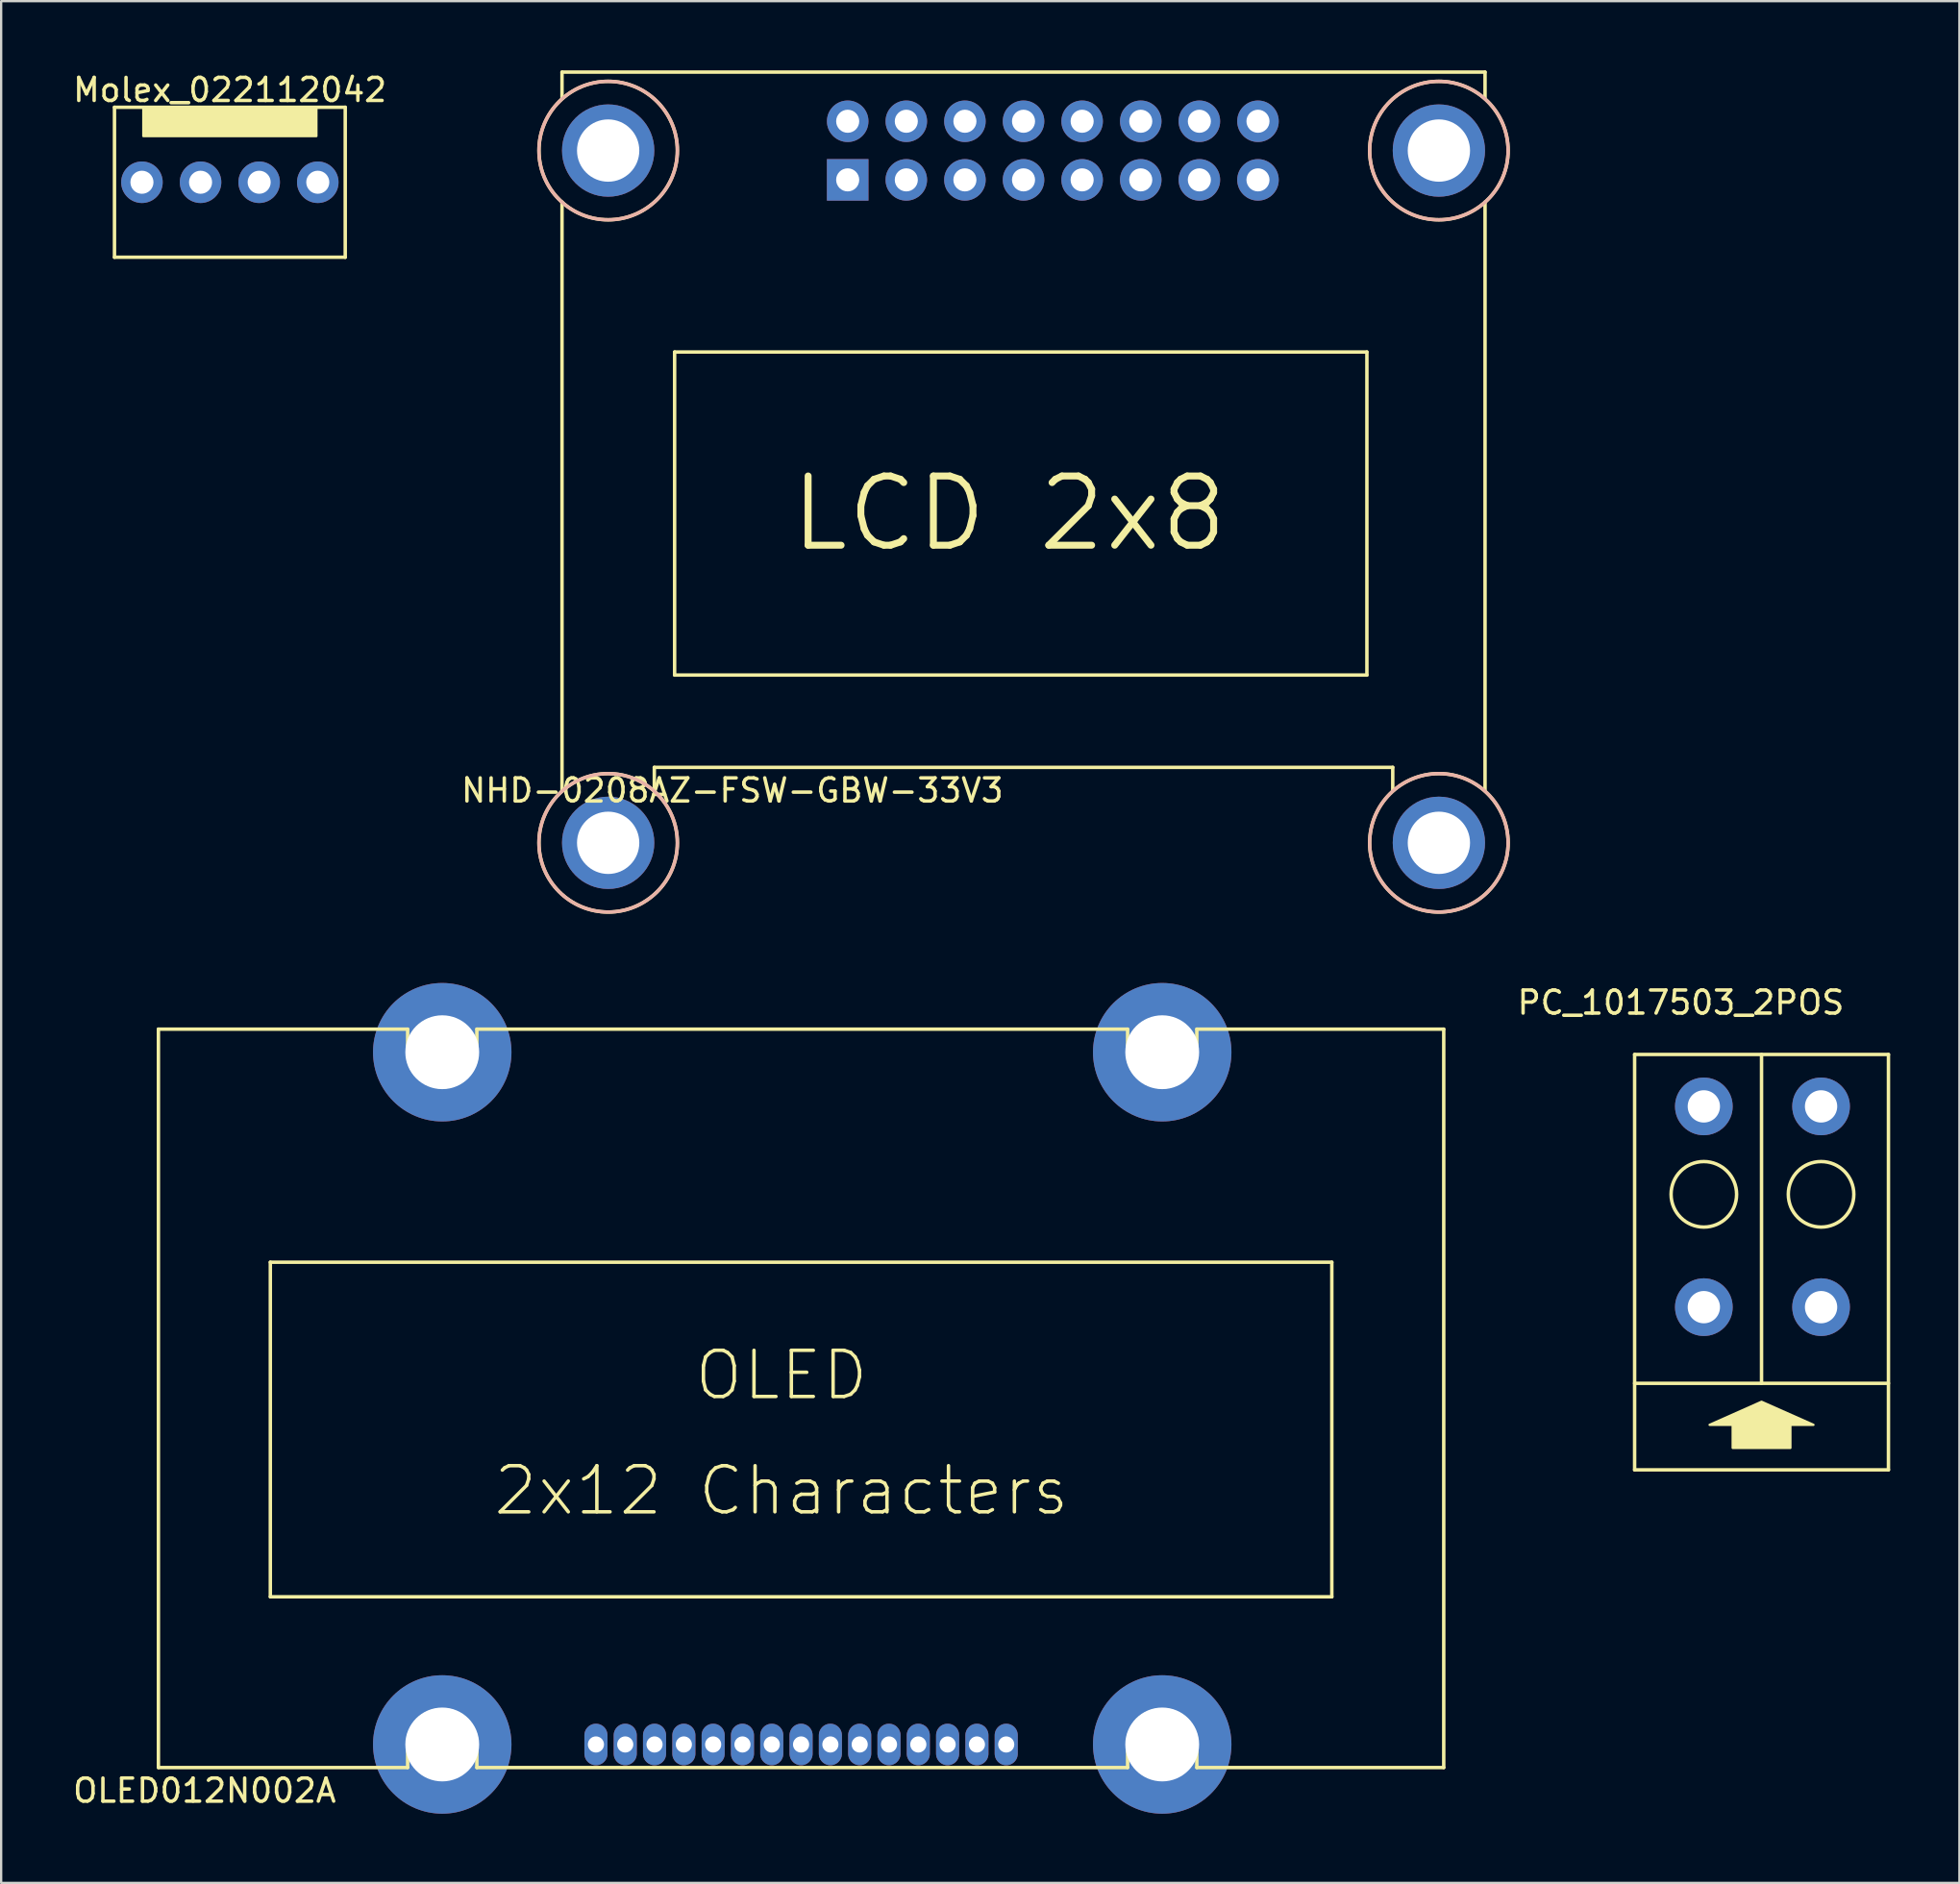
<source format=kicad_pcb>
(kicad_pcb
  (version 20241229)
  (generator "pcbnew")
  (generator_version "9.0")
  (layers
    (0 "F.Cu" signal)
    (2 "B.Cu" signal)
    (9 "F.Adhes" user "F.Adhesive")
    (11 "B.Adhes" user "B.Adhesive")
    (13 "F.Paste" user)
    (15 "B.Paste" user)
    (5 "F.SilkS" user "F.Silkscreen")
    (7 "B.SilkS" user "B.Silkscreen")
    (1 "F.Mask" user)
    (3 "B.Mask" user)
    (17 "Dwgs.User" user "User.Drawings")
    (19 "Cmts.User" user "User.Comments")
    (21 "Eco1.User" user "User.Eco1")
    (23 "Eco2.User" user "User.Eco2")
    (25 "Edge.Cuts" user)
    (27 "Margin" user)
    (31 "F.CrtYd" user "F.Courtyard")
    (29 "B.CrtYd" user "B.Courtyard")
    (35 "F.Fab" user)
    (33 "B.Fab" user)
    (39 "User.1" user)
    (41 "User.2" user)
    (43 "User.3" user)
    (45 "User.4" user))
  (footprint "NHD-0208AZ-FSW-GBW-33V3"
    (layer "F.Cu")
    (at 33.685 2.205)
    (property "Reference" "NHD-0208AZ-FSW-GBW-33V3" (at -5 29 0) (layer "F.SilkS") (effects (font (size 1 1) (thickness 0.15))))
    (attr through_hole)
    (fp_line (start -12.38 -2.13) (end -12.38 -1) (stroke (width 0.15) (type solid)) (layer "F.SilkS"))
    (fp_line (start -12.38 -2.13) (end 27.62 -2.13) (stroke (width 0.15) (type solid)) (layer "F.SilkS"))
    (fp_line (start -12.38 3.5) (end -12.38 29) (stroke (width 0.15) (type solid)) (layer "F.SilkS"))
    (fp_line (start -8.38 29) (end -8.38 28) (stroke (width 0.15) (type solid)) (layer "F.SilkS"))
    (fp_line (start -7.5 10) (end 22.5 10) (stroke (width 0.15) (type solid)) (layer "F.SilkS"))
    (fp_line (start -7.5 24) (end -7.5 10) (stroke (width 0.15) (type solid)) (layer "F.SilkS"))
    (fp_line (start 22.5 10) (end 22.5 24) (stroke (width 0.15) (type solid)) (layer "F.SilkS"))
    (fp_line (start 22.5 24) (end -7.5 24) (stroke (width 0.15) (type solid)) (layer "F.SilkS"))
    (fp_line (start 23.62 28) (end -8.38 28) (stroke (width 0.15) (type solid)) (layer "F.SilkS"))
    (fp_line (start 23.62 29) (end 23.62 28) (stroke (width 0.15) (type solid)) (layer "F.SilkS"))
    (fp_line (start 27.62 -2.13) (end 27.62 -1) (stroke (width 0.15) (type solid)) (layer "F.SilkS"))
    (fp_line (start 27.62 3.5) (end 27.62 29) (stroke (width 0.15) (type solid)) (layer "F.SilkS"))
    (fp_circle (center -10.38 1.27) (end -7.38 1.27) (stroke (width 0.15) (type solid)) (fill no) (layer "F.SilkS"))
    (fp_circle (center -10.38 31.27) (end -7.38 31.27) (stroke (width 0.15) (type solid)) (fill no) (layer "F.SilkS"))
    (fp_circle (center 25.62 1.27) (end 28.62 1.27) (stroke (width 0.15) (type solid)) (fill no) (layer "F.SilkS"))
    (fp_circle (center 25.62 31.27) (end 28.62 31.27) (stroke (width 0.15) (type solid)) (fill no) (layer "F.SilkS"))
    (fp_circle (center -10.38 1.27) (end -7.38 1.27) (stroke (width 0.15) (type solid)) (fill no) (layer "B.SilkS"))
    (fp_circle (center -10.38 31.27) (end -7.38 31.27) (stroke (width 0.15) (type solid)) (fill no) (layer "B.SilkS"))
    (fp_circle (center 25.62 1.27) (end 28.62 1.27) (stroke (width 0.15) (type solid)) (fill no) (layer "B.SilkS"))
    (fp_circle (center 25.62 31.27) (end 28.62 31.27) (stroke (width 0.15) (type solid)) (fill no) (layer "B.SilkS"))
    (fp_text user "LCD 2x8" (at 7 17 0) (layer "F.SilkS") (effects (font (size 3 3) (thickness 0.3))))
    (pad "" np_thru_hole circle (at -10.38 1.27) (size 4 4) (drill 2.7) (layers "*.Cu" "*.Mask"))
    (pad "" np_thru_hole circle (at -10.38 31.27) (size 4 4) (drill 2.7) (layers "*.Cu" "*.Mask"))
    (pad "" np_thru_hole circle (at 25.62 1.27) (size 4 4) (drill 2.7) (layers "*.Cu" "*.Mask"))
    (pad "" np_thru_hole circle (at 25.62 31.27 270) (size 4 4) (drill 2.7) (layers "*.Cu" "*.Mask"))
    (pad "1" thru_hole rect (at 0 2.54) (size 1.8 1.8) (drill 1) (layers "*.Cu" "*.Mask"))
    (pad "2" thru_hole circle (at 0 0) (size 1.8 1.8) (drill 1) (layers "*.Cu" "*.Mask"))
    (pad "3" thru_hole circle (at 2.54 2.54) (size 1.8 1.8) (drill 1) (layers "*.Cu" "*.Mask"))
    (pad "4" thru_hole circle (at 2.54 0) (size 1.8 1.8) (drill 1) (layers "*.Cu" "*.Mask"))
    (pad "5" thru_hole circle (at 5.08 2.54) (size 1.8 1.8) (drill 1) (layers "*.Cu" "*.Mask"))
    (pad "6" thru_hole circle (at 5.08 0) (size 1.8 1.8) (drill 1) (layers "*.Cu" "*.Mask"))
    (pad "7" thru_hole circle (at 7.62 2.54) (size 1.8 1.8) (drill 1) (layers "*.Cu" "*.Mask"))
    (pad "8" thru_hole circle (at 7.62 0) (size 1.8 1.8) (drill 1) (layers "*.Cu" "*.Mask"))
    (pad "9" thru_hole circle (at 10.16 2.54) (size 1.8 1.8) (drill 1) (layers "*.Cu" "*.Mask"))
    (pad "10" thru_hole circle (at 10.16 0) (size 1.8 1.8) (drill 1) (layers "*.Cu" "*.Mask"))
    (pad "11" thru_hole circle (at 12.7 2.54) (size 1.8 1.8) (drill 1) (layers "*.Cu" "*.Mask"))
    (pad "12" thru_hole circle (at 12.7 0) (size 1.8 1.8) (drill 1) (layers "*.Cu" "*.Mask"))
    (pad "13" thru_hole circle (at 15.24 2.54) (size 1.8 1.8) (drill 1) (layers "*.Cu" "*.Mask"))
    (pad "14" thru_hole circle (at 15.24 0) (size 1.8 1.8) (drill 1) (layers "*.Cu" "*.Mask"))
    (pad "15" thru_hole circle (at 17.78 2.54) (size 1.8 1.8) (drill 1) (layers "*.Cu" "*.Mask"))
    (pad "16" thru_hole circle (at 17.78 0) (size 1.8 1.8) (drill 1) (layers "*.Cu" "*.Mask")))
  (footprint "PC_1017503_2POS"
    (layer "F.Cu")
    (at 70.787 44.898)
    (property "Reference" "PC_1017503_2POS" (at -1 -4.5 0) (layer "F.SilkS") (effects (font (size 1 1) (thickness 0.15))))
    (attr through_hole)
    (fp_line (start -3 -2.25) (end -3 15.75) (stroke (width 0.15) (type solid)) (layer "F.SilkS"))
    (fp_line (start -3 -2.25) (end 8 -2.25) (stroke (width 0.15) (type solid)) (layer "F.SilkS"))
    (fp_line (start -3 12) (end 8 12) (stroke (width 0.15) (type solid)) (layer "F.SilkS"))
    (fp_line (start -3 15.75) (end 8 15.75) (stroke (width 0.15) (type solid)) (layer "F.SilkS"))
    (fp_line (start 2.5 -2.25) (end 2.5 12) (stroke (width 0.15) (type solid)) (layer "F.SilkS"))
    (fp_line (start 8 15.75) (end 8 -2.25) (stroke (width 0.15) (type solid)) (layer "F.SilkS"))
    (fp_circle (center 0 3.81) (end 1.27 3.175) (stroke (width 0.15) (type solid)) (fill no) (layer "F.SilkS"))
    (fp_circle (center 5.08 3.81) (end 6.35 3.175) (stroke (width 0.15) (type solid)) (fill no) (layer "F.SilkS"))
    (fp_poly (pts (xy 2.5 12.8) (xy 0.25 13.8) (xy 1.25 13.8) (xy 1.25 14.8) (xy 3.75 14.8) (xy 3.75 13.8) (xy 4.75 13.8)) (stroke (width 0.1) (type solid)) (fill yes) (layer "F.SilkS"))
    (pad "1" thru_hole circle (at 0 0) (size 2.5 2.5) (drill 1.4) (layers "*.Cu" "*.Mask"))
    (pad "1" thru_hole circle (at 0 8.7) (size 2.5 2.5) (drill 1.4) (layers "*.Cu" "*.Mask"))
    (pad "2" thru_hole circle (at 5.08 0) (size 2.5 2.5) (drill 1.4) (layers "*.Cu" "*.Mask"))
    (pad "2" thru_hole circle (at 5.08 8.7) (size 2.5 2.5) (drill 1.4) (layers "*.Cu" "*.Mask")))
  (footprint "Molex_022112042"
    (layer "F.Cu")
    (at 6.911 4.848)
    (property "Reference" "Molex_022112042" (at 0 -4 0) (layer "F.SilkS") (effects (font (size 1 1) (thickness 0.15))))
    (attr through_hole)
    (fp_line (start -5 -3.25) (end 5 -3.25) (stroke (width 0.15) (type solid)) (layer "F.SilkS"))
    (fp_line (start -5 3.25) (end -5 -3.25) (stroke (width 0.15) (type solid)) (layer "F.SilkS"))
    (fp_line (start 5 -3.25) (end 5 3.25) (stroke (width 0.15) (type solid)) (layer "F.SilkS"))
    (fp_line (start 5 3.25) (end -5 3.25) (stroke (width 0.15) (type solid)) (layer "F.SilkS"))
    (fp_poly (pts (xy 3.75 -2) (xy -3.75 -2) (xy -3.75 -3.25) (xy 3.75 -3.25)) (stroke (width 0.1) (type solid)) (fill yes) (layer "F.SilkS"))
    (pad "1" thru_hole circle (at -3.81 0) (size 1.8 1.8) (drill 1) (layers "*.Cu" "*.Mask"))
    (pad "2" thru_hole circle (at -1.27 0) (size 1.8 1.8) (drill 1) (layers "*.Cu" "*.Mask"))
    (pad "3" thru_hole circle (at 1.27 0) (size 1.8 1.8) (drill 1) (layers "*.Cu" "*.Mask"))
    (pad "4" thru_hole circle (at 3.81 0) (size 1.8 1.8) (drill 1) (layers "*.Cu" "*.Mask")))
  (footprint "OLED012N002A"
    (layer "F.Cu")
    (at 3.815 73.55)
    (property "Reference" "OLED012N002A" (at 2 1 0) (layer "F.SilkS") (effects (font (size 1 1) (thickness 0.15))))
    (attr through_hole)
    (fp_line (start 0 0) (end 0 -32) (stroke (width 0.15) (type solid)) (layer "F.SilkS"))
    (fp_line (start 4.85 -21.9) (end 50.85 -21.9) (stroke (width 0.15) (type solid)) (layer "F.SilkS"))
    (fp_line (start 4.85 -7.4) (end 4.85 -21.9) (stroke (width 0.15) (type solid)) (layer "F.SilkS"))
    (fp_line (start 4.85 -7.4) (end 50.85 -7.4) (stroke (width 0.15) (type solid)) (layer "F.SilkS"))
    (fp_line (start 10.8 -32) (end 0 -32) (stroke (width 0.15) (type solid)) (layer "F.SilkS"))
    (fp_line (start 10.8 -32) (end 10.8 -31) (stroke (width 0.15) (type solid)) (layer "F.SilkS"))
    (fp_line (start 10.8 -1) (end 10.8 0) (stroke (width 0.15) (type solid)) (layer "F.SilkS"))
    (fp_line (start 10.8 0) (end 0 0) (stroke (width 0.15) (type solid)) (layer "F.SilkS"))
    (fp_line (start 13.8 -32) (end 13.8 -31) (stroke (width 0.15) (type solid)) (layer "F.SilkS"))
    (fp_line (start 13.8 -1) (end 13.8 0) (stroke (width 0.15) (type solid)) (layer "F.SilkS"))
    (fp_line (start 42 -32) (end 13.8 -32) (stroke (width 0.15) (type solid)) (layer "F.SilkS"))
    (fp_line (start 42 -32) (end 42 -31) (stroke (width 0.15) (type solid)) (layer "F.SilkS"))
    (fp_line (start 42 -1) (end 42 0) (stroke (width 0.15) (type solid)) (layer "F.SilkS"))
    (fp_line (start 42 0) (end 13.8 0) (stroke (width 0.15) (type solid)) (layer "F.SilkS"))
    (fp_line (start 45 -32) (end 45 -31) (stroke (width 0.15) (type solid)) (layer "F.SilkS"))
    (fp_line (start 45 -1) (end 45 0) (stroke (width 0.15) (type solid)) (layer "F.SilkS"))
    (fp_line (start 50.85 -7.4) (end 50.85 -21.9) (stroke (width 0.15) (type solid)) (layer "F.SilkS"))
    (fp_line (start 55.7 -32) (end 45 -32) (stroke (width 0.15) (type solid)) (layer "F.SilkS"))
    (fp_line (start 55.7 -32) (end 55.7 0) (stroke (width 0.15) (type solid)) (layer "F.SilkS"))
    (fp_line (start 55.7 0) (end 45 0) (stroke (width 0.15) (type solid)) (layer "F.SilkS"))
    (fp_arc (start 10.8 -1) (mid 12.3 -2.5) (end 13.8 -1) (stroke (width 0.15) (type solid)) (layer "F.SilkS"))
    (fp_arc (start 13.8 -31) (mid 12.3 -29.5) (end 10.8 -31) (stroke (width 0.15) (type solid)) (layer "F.SilkS"))
    (fp_arc (start 42 -1) (mid 43.5 -2.5) (end 45 -1) (stroke (width 0.15) (type solid)) (layer "F.SilkS"))
    (fp_arc (start 45 -31) (mid 43.5 -29.5) (end 42 -31) (stroke (width 0.15) (type solid)) (layer "F.SilkS"))
    (fp_text user "OLED" (at 27 -17 0) (layer "F.SilkS") (effects (font (size 2 2) (thickness 0.15))))
    (fp_text user "2x12 Characters" (at 27 -12 0) (layer "F.SilkS") (effects (font (size 2 2) (thickness 0.15))))
    (pad "1" thru_hole oval (at 18.96 -1) (size 1 1.8) (drill 0.7) (layers "*.Cu" "*.Mask"))
    (pad "2" thru_hole oval (at 20.23 -1) (size 1 1.8) (drill 0.7) (layers "*.Cu" "*.Mask"))
    (pad "3" thru_hole oval (at 21.5 -1) (size 1 1.8) (drill 0.7) (layers "*.Cu" "*.Mask"))
    (pad "4" thru_hole oval (at 22.77 -1) (size 1 1.8) (drill 0.7) (layers "*.Cu" "*.Mask"))
    (pad "5" thru_hole oval (at 24.04 -1) (size 1 1.8) (drill 0.7) (layers "*.Cu" "*.Mask"))
    (pad "6" thru_hole oval (at 25.31 -1) (size 1 1.8) (drill 0.7) (layers "*.Cu" "*.Mask"))
    (pad "7" thru_hole oval (at 26.58 -1) (size 1 1.8) (drill 0.7) (layers "*.Cu" "*.Mask"))
    (pad "8" thru_hole oval (at 27.85 -1) (size 1 1.8) (drill 0.7) (layers "*.Cu" "*.Mask"))
    (pad "9" thru_hole oval (at 29.12 -1) (size 1 1.8) (drill 0.7) (layers "*.Cu" "*.Mask"))
    (pad "10" thru_hole oval (at 30.39 -1) (size 1 1.8) (drill 0.7) (layers "*.Cu" "*.Mask"))
    (pad "11" thru_hole oval (at 31.66 -1) (size 1 1.8) (drill 0.7) (layers "*.Cu" "*.Mask"))
    (pad "12" thru_hole oval (at 32.93 -1) (size 1 1.8) (drill 0.7) (layers "*.Cu" "*.Mask"))
    (pad "13" thru_hole oval (at 34.2 -1) (size 1 1.8) (drill 0.7) (layers "*.Cu" "*.Mask"))
    (pad "14" thru_hole oval (at 35.47 -1) (size 1 1.8) (drill 0.7) (layers "*.Cu" "*.Mask"))
    (pad "15" thru_hole oval (at 36.74 -1) (size 1 1.8) (drill 0.7) (layers "*.Cu" "*.Mask"))
    (pad "~" thru_hole circle (at 12.3 -31) (size 6 6) (drill 3.2) (layers "*.Cu" "*.Mask"))
    (pad "~" thru_hole circle (at 12.3 -1) (size 6 6) (drill 3.2) (layers "*.Cu" "*.Mask"))
    (pad "~" thru_hole circle (at 43.5 -31) (size 6 6) (drill 3.2) (layers "*.Cu" "*.Mask"))
    (pad "~" thru_hole circle (at 43.5 -1) (size 6 6) (drill 3.2) (layers "*.Cu" "*.Mask")))
  (gr_rect
    (start -3 -3)
    (end 81.862 78.55)
    (stroke (width 0.1) (type default))
    (fill no)
    (layer "Edge.Cuts")))
</source>
